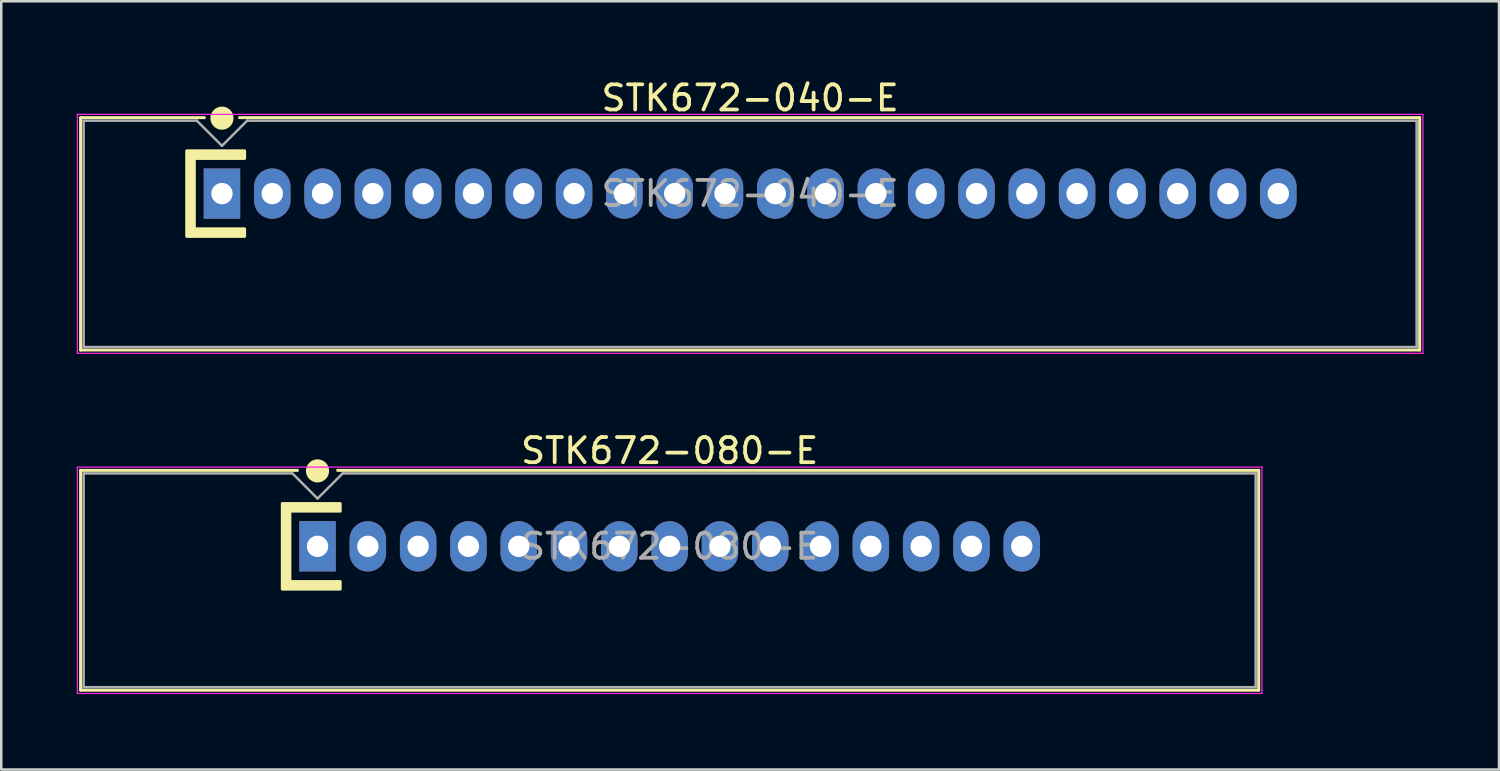
<source format=kicad_pcb>
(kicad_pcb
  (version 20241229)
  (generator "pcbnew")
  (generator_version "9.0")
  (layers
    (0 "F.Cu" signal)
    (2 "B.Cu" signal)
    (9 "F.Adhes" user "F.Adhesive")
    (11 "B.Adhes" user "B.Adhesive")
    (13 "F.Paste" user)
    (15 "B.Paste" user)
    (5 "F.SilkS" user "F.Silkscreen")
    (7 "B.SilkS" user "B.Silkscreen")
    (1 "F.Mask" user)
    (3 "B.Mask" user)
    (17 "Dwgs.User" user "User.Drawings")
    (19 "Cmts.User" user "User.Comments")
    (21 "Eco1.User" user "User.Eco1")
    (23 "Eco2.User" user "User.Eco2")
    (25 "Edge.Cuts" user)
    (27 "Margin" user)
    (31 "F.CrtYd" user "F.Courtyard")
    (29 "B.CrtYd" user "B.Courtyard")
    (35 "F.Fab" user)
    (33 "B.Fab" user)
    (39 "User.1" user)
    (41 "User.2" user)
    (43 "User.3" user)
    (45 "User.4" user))
  (footprint "STK672-080-E"
    (layer "F.Cu")
    (at 9.575 18.672)
    (property "Reference" "STK672-080-E" (at 14 -3.8 0) (layer "F.SilkS") (effects (font (size 1 1) (thickness 0.15))))
    (attr through_hole)
    (fp_line (start -9.42 -3.02) (end -0.8 -3.02) (stroke (width 0.12) (type solid)) (layer "F.SilkS"))
    (fp_line (start -9.42 5.72) (end -9.42 -3.02) (stroke (width 0.12) (type solid)) (layer "F.SilkS"))
    (fp_line (start 0.8 -3.02) (end 37.42 -3.02) (stroke (width 0.12) (type solid)) (layer "F.SilkS"))
    (fp_line (start 37.42 -3.02) (end 37.42 5.72) (stroke (width 0.12) (type solid)) (layer "F.SilkS"))
    (fp_line (start 37.42 5.72) (end -9.42 5.72) (stroke (width 0.12) (type solid)) (layer "F.SilkS"))
    (fp_circle (center 0 -3) (end 0.4 -3) (stroke (width 0.12) (type solid)) (fill yes) (layer "F.SilkS"))
    (fp_poly (pts (xy 0.9 -1.4) (xy -1.1 -1.4) (xy -1.1 1.4) (xy 0.9 1.4) (xy 0.9 1.7) (xy -1.4 1.7) (xy -1.4 -1.7) (xy 0.9 -1.7)) (stroke (width 0.12) (type solid)) (fill yes) (layer "F.SilkS"))
    (fp_line (start -9.55 -3.15) (end -9.55 5.85) (stroke (width 0.05) (type solid)) (layer "F.CrtYd"))
    (fp_line (start -9.55 -3.15) (end 37.55 -3.15) (stroke (width 0.05) (type solid)) (layer "F.CrtYd"))
    (fp_line (start -9.55 5.85) (end 37.55 5.85) (stroke (width 0.05) (type solid)) (layer "F.CrtYd"))
    (fp_line (start 37.55 -3.15) (end 37.55 5.85) (stroke (width 0.05) (type solid)) (layer "F.CrtYd"))
    (fp_line (start -9.3 -2.9) (end -1 -2.9) (stroke (width 0.1) (type solid)) (layer "F.Fab"))
    (fp_line (start -9.3 5.6) (end -9.3 -2.9) (stroke (width 0.1) (type solid)) (layer "F.Fab"))
    (fp_line (start -1 -2.9) (end 0 -1.9) (stroke (width 0.1) (type solid)) (layer "F.Fab"))
    (fp_line (start 0 -1.9) (end 1 -2.9) (stroke (width 0.1) (type solid)) (layer "F.Fab"))
    (fp_line (start 1 -2.9) (end 37.3 -2.9) (stroke (width 0.1) (type solid)) (layer "F.Fab"))
    (fp_line (start 37.3 -2.9) (end 37.3 5.6) (stroke (width 0.1) (type solid)) (layer "F.Fab"))
    (fp_line (start 37.3 5.6) (end -9.3 5.6) (stroke (width 0.1) (type solid)) (layer "F.Fab"))
    (fp_text user "${REFERENCE}" (at 14 0 0) (layer "F.Fab") (effects (font (size 1 1) (thickness 0.15))))
    (pad "1" thru_hole rect (at 0 0) (size 1.45 2) (drill 0.85) (layers "*.Cu" "*.Mask"))
    (pad "2" thru_hole oval (at 2 0) (size 1.45 2) (drill 0.85) (layers "*.Cu" "*.Mask"))
    (pad "3" thru_hole oval (at 4 0) (size 1.45 2) (drill 0.85) (layers "*.Cu" "*.Mask"))
    (pad "4" thru_hole oval (at 6 0) (size 1.45 2) (drill 0.85) (layers "*.Cu" "*.Mask"))
    (pad "5" thru_hole oval (at 8 0) (size 1.45 2) (drill 0.85) (layers "*.Cu" "*.Mask"))
    (pad "6" thru_hole oval (at 10 0) (size 1.45 2) (drill 0.85) (layers "*.Cu" "*.Mask"))
    (pad "7" thru_hole oval (at 12 0) (size 1.45 2) (drill 0.85) (layers "*.Cu" "*.Mask"))
    (pad "8" thru_hole oval (at 14 0) (size 1.45 2) (drill 0.85) (layers "*.Cu" "*.Mask"))
    (pad "9" thru_hole oval (at 16 0) (size 1.45 2) (drill 0.85) (layers "*.Cu" "*.Mask"))
    (pad "10" thru_hole oval (at 18 0) (size 1.45 2) (drill 0.85) (layers "*.Cu" "*.Mask"))
    (pad "11" thru_hole oval (at 20 0) (size 1.45 2) (drill 0.85) (layers "*.Cu" "*.Mask"))
    (pad "12" thru_hole oval (at 22 0) (size 1.45 2) (drill 0.85) (layers "*.Cu" "*.Mask"))
    (pad "13" thru_hole oval (at 24 0) (size 1.45 2) (drill 0.85) (layers "*.Cu" "*.Mask"))
    (pad "14" thru_hole oval (at 26 0) (size 1.45 2) (drill 0.85) (layers "*.Cu" "*.Mask"))
    (pad "15" thru_hole oval (at 28 0) (size 1.45 2) (drill 0.85) (layers "*.Cu" "*.Mask")))
  (footprint "STK672-040-E"
    (layer "F.Cu")
    (at 5.775 4.648)
    (property "Reference" "STK672-040-E" (at 21 -3.8 0) (layer "F.SilkS") (effects (font (size 1 1) (thickness 0.15))))
    (attr through_hole)
    (fp_line (start -5.62 -3.02) (end -0.7 -3.02) (stroke (width 0.12) (type solid)) (layer "F.SilkS"))
    (fp_line (start -5.62 6.22) (end -5.62 -3.02) (stroke (width 0.12) (type solid)) (layer "F.SilkS"))
    (fp_line (start 0.7 -3.02) (end 47.62 -3.02) (stroke (width 0.12) (type solid)) (layer "F.SilkS"))
    (fp_line (start 47.62 -3.02) (end 47.62 6.22) (stroke (width 0.12) (type solid)) (layer "F.SilkS"))
    (fp_line (start 47.62 6.22) (end -5.62 6.22) (stroke (width 0.12) (type solid)) (layer "F.SilkS"))
    (fp_circle (center 0 -3) (end 0.4 -3) (stroke (width 0.12) (type solid)) (fill yes) (layer "F.SilkS"))
    (fp_poly (pts (xy 0.9 -1.4) (xy -1.1 -1.4) (xy -1.1 1.4) (xy 0.9 1.4) (xy 0.9 1.7) (xy -1.4 1.7) (xy -1.4 -1.7) (xy 0.9 -1.7)) (stroke (width 0.12) (type solid)) (fill yes) (layer "F.SilkS"))
    (fp_line (start -5.75 -3.15) (end 47.75 -3.15) (stroke (width 0.05) (type solid)) (layer "F.CrtYd"))
    (fp_line (start -5.75 6.35) (end -5.75 -3.15) (stroke (width 0.05) (type solid)) (layer "F.CrtYd"))
    (fp_line (start 47.75 -3.15) (end 47.75 6.35) (stroke (width 0.05) (type solid)) (layer "F.CrtYd"))
    (fp_line (start 47.75 6.35) (end -5.75 6.35) (stroke (width 0.05) (type solid)) (layer "F.CrtYd"))
    (fp_line (start -5.5 -2.9) (end -1 -2.9) (stroke (width 0.1) (type solid)) (layer "F.Fab"))
    (fp_line (start -5.5 6.1) (end -5.5 -2.9) (stroke (width 0.1) (type solid)) (layer "F.Fab"))
    (fp_line (start -1 -2.9) (end 0 -1.9) (stroke (width 0.1) (type solid)) (layer "F.Fab"))
    (fp_line (start 0 -1.9) (end 1 -2.9) (stroke (width 0.1) (type solid)) (layer "F.Fab"))
    (fp_line (start 1 -2.9) (end 47.5 -2.9) (stroke (width 0.1) (type solid)) (layer "F.Fab"))
    (fp_line (start 47.5 -2.9) (end 47.5 6.1) (stroke (width 0.1) (type solid)) (layer "F.Fab"))
    (fp_line (start 47.5 6.1) (end -5.5 6.1) (stroke (width 0.1) (type solid)) (layer "F.Fab"))
    (fp_text user "${REFERENCE}" (at 21 0 0) (layer "F.Fab") (effects (font (size 1 1) (thickness 0.15))))
    (pad "1" thru_hole rect (at 0 0) (size 1.45 2) (drill 0.85) (layers "*.Cu" "*.Mask"))
    (pad "2" thru_hole oval (at 2 0) (size 1.45 2) (drill 0.85) (layers "*.Cu" "*.Mask"))
    (pad "3" thru_hole oval (at 4 0) (size 1.45 2) (drill 0.85) (layers "*.Cu" "*.Mask"))
    (pad "4" thru_hole oval (at 6 0) (size 1.45 2) (drill 0.85) (layers "*.Cu" "*.Mask"))
    (pad "5" thru_hole oval (at 8 0) (size 1.45 2) (drill 0.85) (layers "*.Cu" "*.Mask"))
    (pad "6" thru_hole oval (at 10 0) (size 1.45 2) (drill 0.85) (layers "*.Cu" "*.Mask"))
    (pad "7" thru_hole oval (at 12 0) (size 1.45 2) (drill 0.85) (layers "*.Cu" "*.Mask"))
    (pad "8" thru_hole oval (at 14 0) (size 1.45 2) (drill 0.85) (layers "*.Cu" "*.Mask"))
    (pad "9" thru_hole oval (at 16 0) (size 1.45 2) (drill 0.85) (layers "*.Cu" "*.Mask"))
    (pad "10" thru_hole oval (at 18 0) (size 1.45 2) (drill 0.85) (layers "*.Cu" "*.Mask"))
    (pad "11" thru_hole oval (at 20 0) (size 1.45 2) (drill 0.85) (layers "*.Cu" "*.Mask"))
    (pad "12" thru_hole oval (at 22 0) (size 1.45 2) (drill 0.85) (layers "*.Cu" "*.Mask"))
    (pad "13" thru_hole oval (at 24 0) (size 1.45 2) (drill 0.85) (layers "*.Cu" "*.Mask"))
    (pad "14" thru_hole oval (at 26 0) (size 1.45 2) (drill 0.85) (layers "*.Cu" "*.Mask"))
    (pad "15" thru_hole oval (at 28 0) (size 1.45 2) (drill 0.85) (layers "*.Cu" "*.Mask"))
    (pad "16" thru_hole oval (at 30 0) (size 1.45 2) (drill 0.85) (layers "*.Cu" "*.Mask"))
    (pad "17" thru_hole oval (at 32 0) (size 1.45 2) (drill 0.85) (layers "*.Cu" "*.Mask"))
    (pad "18" thru_hole oval (at 34 0) (size 1.45 2) (drill 0.85) (layers "*.Cu" "*.Mask"))
    (pad "19" thru_hole oval (at 36 0) (size 1.45 2) (drill 0.85) (layers "*.Cu" "*.Mask"))
    (pad "20" thru_hole oval (at 38 0) (size 1.45 2) (drill 0.85) (layers "*.Cu" "*.Mask"))
    (pad "21" thru_hole oval (at 40 0) (size 1.45 2) (drill 0.85) (layers "*.Cu" "*.Mask"))
    (pad "22" thru_hole oval (at 42 0) (size 1.45 2) (drill 0.85) (layers "*.Cu" "*.Mask")))
  (gr_rect
    (start -3 -3)
    (end 56.55 27.547)
    (stroke (width 0.1) (type default))
    (fill no)
    (layer "Edge.Cuts")))
</source>
